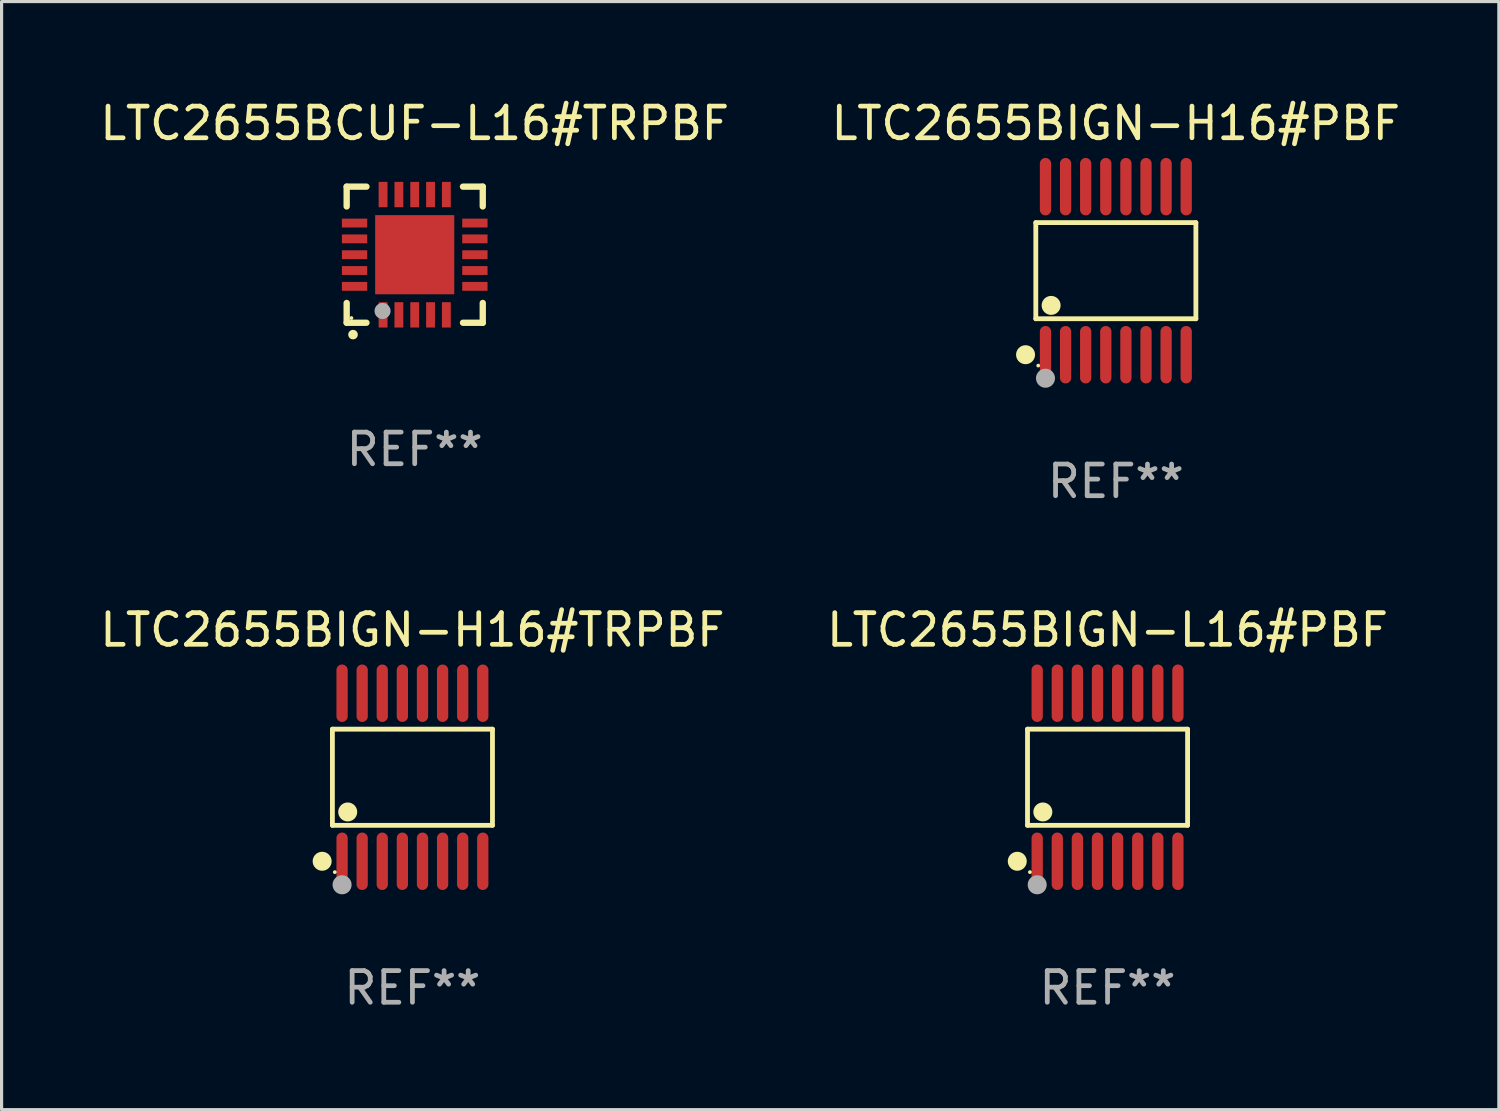
<source format=kicad_pcb>
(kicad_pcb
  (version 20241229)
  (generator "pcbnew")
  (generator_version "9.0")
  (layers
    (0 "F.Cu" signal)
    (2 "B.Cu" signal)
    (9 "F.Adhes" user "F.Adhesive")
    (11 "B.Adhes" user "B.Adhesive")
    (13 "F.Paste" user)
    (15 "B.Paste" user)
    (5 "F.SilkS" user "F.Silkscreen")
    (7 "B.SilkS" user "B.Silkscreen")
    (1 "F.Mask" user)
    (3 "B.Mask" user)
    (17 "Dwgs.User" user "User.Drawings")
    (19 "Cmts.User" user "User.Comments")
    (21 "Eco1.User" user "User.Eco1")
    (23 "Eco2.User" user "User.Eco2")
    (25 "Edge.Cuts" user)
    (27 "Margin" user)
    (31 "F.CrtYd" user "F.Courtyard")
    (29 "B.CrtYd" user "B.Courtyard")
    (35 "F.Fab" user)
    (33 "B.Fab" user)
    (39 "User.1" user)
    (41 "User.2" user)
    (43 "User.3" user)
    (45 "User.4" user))
  (footprint "LTC2655BIGN-H16#TRPBF"
    (layer "F.Cu")
    (at 9.982 21.509)
    (property "Reference" "LTC2655BIGN-H16#TRPBF" (at 0 -4.655 0) (layer "F.SilkS") (effects (font (size 1 1) (thickness 0.15))))
    (attr through_hole)
    (fp_line (start -2.529 -1.519) (end 2.529 -1.519) (stroke (width 0.152) (type solid)) (layer "F.SilkS"))
    (fp_line (start -2.529 1.519) (end -2.529 -1.519) (stroke (width 0.152) (type solid)) (layer "F.SilkS"))
    (fp_line (start 2.529 -1.519) (end 2.529 1.519) (stroke (width 0.152) (type solid)) (layer "F.SilkS"))
    (fp_line (start 2.529 1.519) (end -2.529 1.519) (stroke (width 0.152) (type solid)) (layer "F.SilkS"))
    (fp_circle (center -2.853 2.655) (end -2.703 2.655) (stroke (width 0.3) (type solid)) (fill no) (layer "F.SilkS"))
    (fp_circle (center -2.453 2.998) (end -2.423 2.998) (stroke (width 0.06) (type solid)) (fill no) (layer "F.SilkS"))
    (fp_circle (center -2.045 1.097) (end -1.895 1.097) (stroke (width 0.3) (type solid)) (fill no) (layer "F.SilkS"))
    (fp_circle (center -2.223 3.398) (end -2.072 3.398) (stroke (width 0.3) (type solid)) (fill no) (layer "F.Fab"))
    (fp_text user "REF**" (at 0 6.655 0) (layer "F.Fab") (effects (font (size 1 1) (thickness 0.15))))
    (pad "1" smd oval (at -2.223 2.655) (size 0.356 1.815) (layers "F.Cu" "F.Mask" "F.Paste"))
    (pad "2" smd oval (at -1.588 2.655) (size 0.356 1.815) (layers "F.Cu" "F.Mask" "F.Paste"))
    (pad "3" smd oval (at -0.953 2.655) (size 0.356 1.815) (layers "F.Cu" "F.Mask" "F.Paste"))
    (pad "4" smd oval (at -0.318 2.655) (size 0.356 1.815) (layers "F.Cu" "F.Mask" "F.Paste"))
    (pad "5" smd oval (at 0.318 2.655) (size 0.356 1.815) (layers "F.Cu" "F.Mask" "F.Paste"))
    (pad "6" smd oval (at 0.953 2.655) (size 0.356 1.815) (layers "F.Cu" "F.Mask" "F.Paste"))
    (pad "7" smd oval (at 1.588 2.655) (size 0.356 1.815) (layers "F.Cu" "F.Mask" "F.Paste"))
    (pad "8" smd oval (at 2.223 2.655) (size 0.356 1.815) (layers "F.Cu" "F.Mask" "F.Paste"))
    (pad "9" smd oval (at 2.223 -2.655) (size 0.356 1.815) (layers "F.Cu" "F.Mask" "F.Paste"))
    (pad "10" smd oval (at 1.588 -2.655) (size 0.356 1.815) (layers "F.Cu" "F.Mask" "F.Paste"))
    (pad "11" smd oval (at 0.953 -2.655) (size 0.356 1.815) (layers "F.Cu" "F.Mask" "F.Paste"))
    (pad "12" smd oval (at 0.318 -2.655) (size 0.356 1.815) (layers "F.Cu" "F.Mask" "F.Paste"))
    (pad "13" smd oval (at -0.318 -2.655) (size 0.356 1.815) (layers "F.Cu" "F.Mask" "F.Paste"))
    (pad "14" smd oval (at -0.953 -2.655) (size 0.356 1.815) (layers "F.Cu" "F.Mask" "F.Paste"))
    (pad "15" smd oval (at -1.588 -2.655) (size 0.356 1.815) (layers "F.Cu" "F.Mask" "F.Paste"))
    (pad "16" smd oval (at -2.223 -2.655) (size 0.356 1.815) (layers "F.Cu" "F.Mask" "F.Paste")))
  (footprint "LTC2655BCUF-L16#TRPBF"
    (layer "F.Cu")
    (at 10.054 4.998)
    (property "Reference" "LTC2655BCUF-L16#TRPBF" (at 0 -4.15 0) (layer "F.SilkS") (effects (font (size 1 1) (thickness 0.15))))
    (attr through_hole)
    (fp_line (start -2.15 -2.15) (end -2.15 -1.525) (stroke (width 0.2) (type solid)) (layer "F.SilkS"))
    (fp_line (start -2.15 2.15) (end -2.15 1.525) (stroke (width 0.2) (type solid)) (layer "F.SilkS"))
    (fp_line (start -1.525 -2.15) (end -2.15 -2.15) (stroke (width 0.2) (type solid)) (layer "F.SilkS"))
    (fp_line (start -1.525 2.15) (end -2.15 2.15) (stroke (width 0.2) (type solid)) (layer "F.SilkS"))
    (fp_line (start 1.525 2.15) (end 2.15 2.15) (stroke (width 0.2) (type solid)) (layer "F.SilkS"))
    (fp_line (start 2.15 -2.15) (end 1.525 -2.15) (stroke (width 0.2) (type solid)) (layer "F.SilkS"))
    (fp_line (start 2.15 -1.525) (end 2.15 -2.15) (stroke (width 0.2) (type solid)) (layer "F.SilkS"))
    (fp_line (start 2.15 2.15) (end 2.15 1.525) (stroke (width 0.2) (type solid)) (layer "F.SilkS"))
    (fp_arc (start -1.950724 2.524765) (mid -1.949454 2.52476) (end -1.948184 2.524765) (stroke (width 0.3) (type solid)) (layer "F.SilkS"))
    (fp_circle (center -2.001 2.001) (end -1.971 2.001) (stroke (width 0.06) (type solid)) (fill no) (layer "F.SilkS"))
    (fp_circle (center -1.016 1.778) (end -0.889 1.778) (stroke (width 0.254) (type solid)) (fill no) (layer "F.Fab"))
    (fp_text user "REF**" (at 0 6.15 0) (layer "F.Fab") (effects (font (size 1 1) (thickness 0.15))))
    (pad "1" smd rect (at -1 1.901) (size 0.28 0.8) (layers "F.Cu" "F.Mask" "F.Paste"))
    (pad "2" smd rect (at -0.5 1.901) (size 0.28 0.8) (layers "F.Cu" "F.Mask" "F.Paste"))
    (pad "3" smd rect (at 0 1.901) (size 0.28 0.8) (layers "F.Cu" "F.Mask" "F.Paste"))
    (pad "4" smd rect (at 0.5 1.901) (size 0.28 0.8) (layers "F.Cu" "F.Mask" "F.Paste"))
    (pad "5" smd rect (at 1 1.901) (size 0.28 0.8) (layers "F.Cu" "F.Mask" "F.Paste"))
    (pad "6" smd rect (at 1.901 1) (size 0.8 0.28) (layers "F.Cu" "F.Mask" "F.Paste"))
    (pad "7" smd rect (at 1.901 0.5) (size 0.8 0.28) (layers "F.Cu" "F.Mask" "F.Paste"))
    (pad "8" smd rect (at 1.901 0) (size 0.8 0.28) (layers "F.Cu" "F.Mask" "F.Paste"))
    (pad "9" smd rect (at 1.901 -0.5) (size 0.8 0.28) (layers "F.Cu" "F.Mask" "F.Paste"))
    (pad "10" smd rect (at 1.901 -1) (size 0.8 0.28) (layers "F.Cu" "F.Mask" "F.Paste"))
    (pad "11" smd rect (at 1 -1.901) (size 0.28 0.8) (layers "F.Cu" "F.Mask" "F.Paste"))
    (pad "12" smd rect (at 0.5 -1.901) (size 0.28 0.8) (layers "F.Cu" "F.Mask" "F.Paste"))
    (pad "13" smd rect (at 0 -1.901) (size 0.28 0.8) (layers "F.Cu" "F.Mask" "F.Paste"))
    (pad "14" smd rect (at -0.5 -1.901) (size 0.28 0.8) (layers "F.Cu" "F.Mask" "F.Paste"))
    (pad "15" smd rect (at -1 -1.901) (size 0.28 0.8) (layers "F.Cu" "F.Mask" "F.Paste"))
    (pad "16" smd rect (at -1.901 -1) (size 0.8 0.28) (layers "F.Cu" "F.Mask" "F.Paste"))
    (pad "17" smd rect (at -1.901 -0.5) (size 0.8 0.28) (layers "F.Cu" "F.Mask" "F.Paste"))
    (pad "18" smd rect (at -1.901 0) (size 0.8 0.28) (layers "F.Cu" "F.Mask" "F.Paste"))
    (pad "19" smd rect (at -1.901 0.5) (size 0.8 0.28) (layers "F.Cu" "F.Mask" "F.Paste"))
    (pad "20" smd rect (at -1.901 1) (size 0.8 0.28) (layers "F.Cu" "F.Mask" "F.Paste"))
    (pad "21" smd rect (at 0 0) (size 2.5 2.5) (layers "F.Cu" "F.Mask" "F.Paste")))
  (footprint "LTC2655BIGN-L16#PBF"
    (layer "F.Cu")
    (at 31.946 21.509)
    (property "Reference" "LTC2655BIGN-L16#PBF" (at 0 -4.655 0) (layer "F.SilkS") (effects (font (size 1 1) (thickness 0.15))))
    (attr through_hole)
    (fp_line (start -2.529 -1.519) (end 2.529 -1.519) (stroke (width 0.152) (type solid)) (layer "F.SilkS"))
    (fp_line (start -2.529 1.519) (end -2.529 -1.519) (stroke (width 0.152) (type solid)) (layer "F.SilkS"))
    (fp_line (start 2.529 -1.519) (end 2.529 1.519) (stroke (width 0.152) (type solid)) (layer "F.SilkS"))
    (fp_line (start 2.529 1.519) (end -2.529 1.519) (stroke (width 0.152) (type solid)) (layer "F.SilkS"))
    (fp_circle (center -2.853 2.655) (end -2.703 2.655) (stroke (width 0.3) (type solid)) (fill no) (layer "F.SilkS"))
    (fp_circle (center -2.453 2.998) (end -2.423 2.998) (stroke (width 0.06) (type solid)) (fill no) (layer "F.SilkS"))
    (fp_circle (center -2.045 1.097) (end -1.895 1.097) (stroke (width 0.3) (type solid)) (fill no) (layer "F.SilkS"))
    (fp_circle (center -2.223 3.398) (end -2.072 3.398) (stroke (width 0.3) (type solid)) (fill no) (layer "F.Fab"))
    (fp_text user "REF**" (at 0 6.655 0) (layer "F.Fab") (effects (font (size 1 1) (thickness 0.15))))
    (pad "1" smd oval (at -2.223 2.655) (size 0.356 1.815) (layers "F.Cu" "F.Mask" "F.Paste"))
    (pad "2" smd oval (at -1.588 2.655) (size 0.356 1.815) (layers "F.Cu" "F.Mask" "F.Paste"))
    (pad "3" smd oval (at -0.953 2.655) (size 0.356 1.815) (layers "F.Cu" "F.Mask" "F.Paste"))
    (pad "4" smd oval (at -0.318 2.655) (size 0.356 1.815) (layers "F.Cu" "F.Mask" "F.Paste"))
    (pad "5" smd oval (at 0.318 2.655) (size 0.356 1.815) (layers "F.Cu" "F.Mask" "F.Paste"))
    (pad "6" smd oval (at 0.953 2.655) (size 0.356 1.815) (layers "F.Cu" "F.Mask" "F.Paste"))
    (pad "7" smd oval (at 1.588 2.655) (size 0.356 1.815) (layers "F.Cu" "F.Mask" "F.Paste"))
    (pad "8" smd oval (at 2.223 2.655) (size 0.356 1.815) (layers "F.Cu" "F.Mask" "F.Paste"))
    (pad "9" smd oval (at 2.223 -2.655) (size 0.356 1.815) (layers "F.Cu" "F.Mask" "F.Paste"))
    (pad "10" smd oval (at 1.588 -2.655) (size 0.356 1.815) (layers "F.Cu" "F.Mask" "F.Paste"))
    (pad "11" smd oval (at 0.953 -2.655) (size 0.356 1.815) (layers "F.Cu" "F.Mask" "F.Paste"))
    (pad "12" smd oval (at 0.318 -2.655) (size 0.356 1.815) (layers "F.Cu" "F.Mask" "F.Paste"))
    (pad "13" smd oval (at -0.318 -2.655) (size 0.356 1.815) (layers "F.Cu" "F.Mask" "F.Paste"))
    (pad "14" smd oval (at -0.953 -2.655) (size 0.356 1.815) (layers "F.Cu" "F.Mask" "F.Paste"))
    (pad "15" smd oval (at -1.588 -2.655) (size 0.356 1.815) (layers "F.Cu" "F.Mask" "F.Paste"))
    (pad "16" smd oval (at -2.223 -2.655) (size 0.356 1.815) (layers "F.Cu" "F.Mask" "F.Paste")))
  (footprint "LTC2655BIGN-H16#PBF"
    (layer "F.Cu")
    (at 32.208 5.503)
    (property "Reference" "LTC2655BIGN-H16#PBF" (at 0 -4.655 0) (layer "F.SilkS") (effects (font (size 1 1) (thickness 0.15))))
    (attr through_hole)
    (fp_line (start -2.529 -1.519) (end 2.529 -1.519) (stroke (width 0.152) (type solid)) (layer "F.SilkS"))
    (fp_line (start -2.529 1.519) (end -2.529 -1.519) (stroke (width 0.152) (type solid)) (layer "F.SilkS"))
    (fp_line (start 2.529 -1.519) (end 2.529 1.519) (stroke (width 0.152) (type solid)) (layer "F.SilkS"))
    (fp_line (start 2.529 1.519) (end -2.529 1.519) (stroke (width 0.152) (type solid)) (layer "F.SilkS"))
    (fp_circle (center -2.853 2.655) (end -2.703 2.655) (stroke (width 0.3) (type solid)) (fill no) (layer "F.SilkS"))
    (fp_circle (center -2.453 2.998) (end -2.423 2.998) (stroke (width 0.06) (type solid)) (fill no) (layer "F.SilkS"))
    (fp_circle (center -2.045 1.097) (end -1.895 1.097) (stroke (width 0.3) (type solid)) (fill no) (layer "F.SilkS"))
    (fp_circle (center -2.223 3.398) (end -2.072 3.398) (stroke (width 0.3) (type solid)) (fill no) (layer "F.Fab"))
    (fp_text user "REF**" (at 0 6.655 0) (layer "F.Fab") (effects (font (size 1 1) (thickness 0.15))))
    (pad "1" smd oval (at -2.223 2.655) (size 0.356 1.815) (layers "F.Cu" "F.Mask" "F.Paste"))
    (pad "2" smd oval (at -1.588 2.655) (size 0.356 1.815) (layers "F.Cu" "F.Mask" "F.Paste"))
    (pad "3" smd oval (at -0.953 2.655) (size 0.356 1.815) (layers "F.Cu" "F.Mask" "F.Paste"))
    (pad "4" smd oval (at -0.318 2.655) (size 0.356 1.815) (layers "F.Cu" "F.Mask" "F.Paste"))
    (pad "5" smd oval (at 0.318 2.655) (size 0.356 1.815) (layers "F.Cu" "F.Mask" "F.Paste"))
    (pad "6" smd oval (at 0.953 2.655) (size 0.356 1.815) (layers "F.Cu" "F.Mask" "F.Paste"))
    (pad "7" smd oval (at 1.588 2.655) (size 0.356 1.815) (layers "F.Cu" "F.Mask" "F.Paste"))
    (pad "8" smd oval (at 2.223 2.655) (size 0.356 1.815) (layers "F.Cu" "F.Mask" "F.Paste"))
    (pad "9" smd oval (at 2.223 -2.655) (size 0.356 1.815) (layers "F.Cu" "F.Mask" "F.Paste"))
    (pad "10" smd oval (at 1.588 -2.655) (size 0.356 1.815) (layers "F.Cu" "F.Mask" "F.Paste"))
    (pad "11" smd oval (at 0.953 -2.655) (size 0.356 1.815) (layers "F.Cu" "F.Mask" "F.Paste"))
    (pad "12" smd oval (at 0.318 -2.655) (size 0.356 1.815) (layers "F.Cu" "F.Mask" "F.Paste"))
    (pad "13" smd oval (at -0.318 -2.655) (size 0.356 1.815) (layers "F.Cu" "F.Mask" "F.Paste"))
    (pad "14" smd oval (at -0.953 -2.655) (size 0.356 1.815) (layers "F.Cu" "F.Mask" "F.Paste"))
    (pad "15" smd oval (at -1.588 -2.655) (size 0.356 1.815) (layers "F.Cu" "F.Mask" "F.Paste"))
    (pad "16" smd oval (at -2.223 -2.655) (size 0.356 1.815) (layers "F.Cu" "F.Mask" "F.Paste")))
  (gr_rect
    (start -3 -3)
    (end 44.31 32.012)
    (stroke (width 0.1) (type default))
    (fill no)
    (layer "Edge.Cuts")))
</source>
